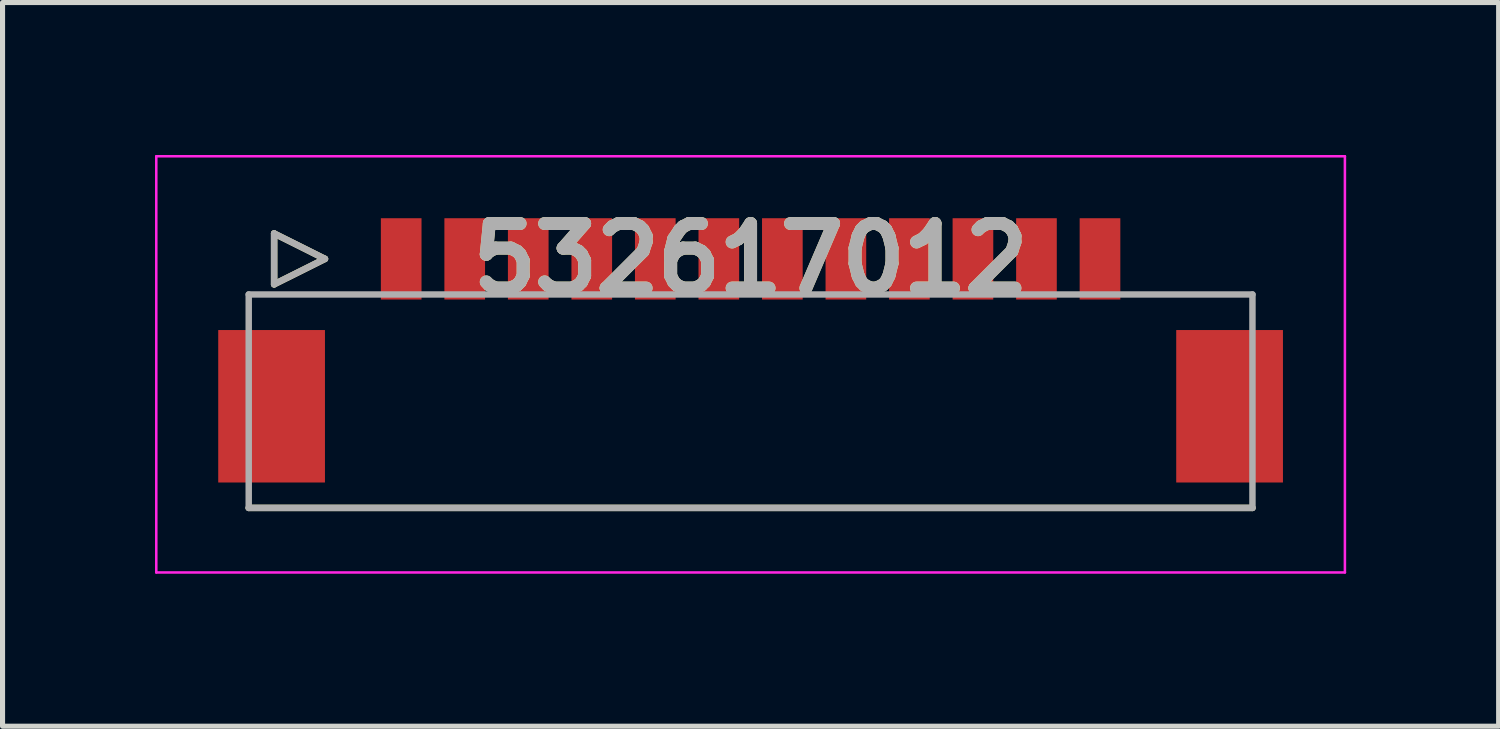
<source format=kicad_pcb>
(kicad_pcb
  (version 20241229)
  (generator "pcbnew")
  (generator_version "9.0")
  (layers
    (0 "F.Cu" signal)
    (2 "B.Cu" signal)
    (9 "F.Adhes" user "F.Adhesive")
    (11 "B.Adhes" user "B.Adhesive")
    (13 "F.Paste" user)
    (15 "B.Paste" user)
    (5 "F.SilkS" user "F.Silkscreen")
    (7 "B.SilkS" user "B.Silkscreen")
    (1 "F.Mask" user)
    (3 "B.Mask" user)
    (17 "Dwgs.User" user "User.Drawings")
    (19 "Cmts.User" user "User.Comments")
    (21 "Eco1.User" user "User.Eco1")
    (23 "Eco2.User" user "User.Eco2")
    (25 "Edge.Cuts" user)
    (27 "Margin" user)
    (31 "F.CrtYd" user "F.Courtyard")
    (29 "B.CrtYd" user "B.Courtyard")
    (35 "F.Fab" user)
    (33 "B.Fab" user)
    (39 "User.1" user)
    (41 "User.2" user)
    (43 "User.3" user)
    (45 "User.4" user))
  (footprint "532617012"
    (layer "F.Cu")
    (at 11.719 2.044)
    (property "Reference" "532617012" (at 0 0 180) (layer "F.SilkS") (effects (font (size 1.27 1.27) (thickness 0.254))))
    (attr smd)
    (fp_line (start -9.375 -0.5) (end -8.375 0) (stroke (width 0.127) (type solid)) (layer "F.SilkS"))
    (fp_line (start -9.375 0.5) (end -9.375 -0.5) (stroke (width 0.127) (type solid)) (layer "F.SilkS"))
    (fp_line (start -8.375 0) (end -9.375 0.5) (stroke (width 0.127) (type solid)) (layer "F.SilkS"))
    (fp_line (start 9.875 4.9) (end -9.875 4.9) (stroke (width 0.127) (type solid)) (layer "F.SilkS"))
    (fp_line (start -11.694 -2.019) (end 11.694 -2.019) (stroke (width 0.05) (type solid)) (layer "F.CrtYd"))
    (fp_line (start -11.694 6.17) (end -11.694 -2.019) (stroke (width 0.05) (type solid)) (layer "F.CrtYd"))
    (fp_line (start 11.694 -2.019) (end 11.694 6.17) (stroke (width 0.05) (type solid)) (layer "F.CrtYd"))
    (fp_line (start 11.694 6.17) (end -11.694 6.17) (stroke (width 0.05) (type solid)) (layer "F.CrtYd"))
    (fp_line (start -9.875 0.7) (end 9.875 0.7) (stroke (width 0.127) (type solid)) (layer "F.Fab"))
    (fp_line (start -9.875 4.9) (end -9.875 0.7) (stroke (width 0.127) (type solid)) (layer "F.Fab"))
    (fp_line (start -9.375 -0.5) (end -8.375 0) (stroke (width 0.127) (type solid)) (layer "F.Fab"))
    (fp_line (start -9.375 0.5) (end -9.375 -0.5) (stroke (width 0.127) (type solid)) (layer "F.Fab"))
    (fp_line (start -8.375 0) (end -9.375 0.5) (stroke (width 0.127) (type solid)) (layer "F.Fab"))
    (fp_line (start 9.875 0.7) (end 9.875 4.9) (stroke (width 0.127) (type solid)) (layer "F.Fab"))
    (fp_line (start 9.875 4.9) (end -9.875 4.9) (stroke (width 0.127) (type solid)) (layer "F.Fab"))
    (fp_text user "${REFERENCE}" (at 0 0 180) (layer "F.Fab") (effects (font (size 1.27 1.27) (thickness 0.254))))
    (pad "1" smd rect (at -6.875 0) (size 0.8 1.6) (layers "F.Cu" "F.Mask" "F.Paste"))
    (pad "2" smd rect (at -5.625 0) (size 0.8 1.6) (layers "F.Cu" "F.Mask" "F.Paste"))
    (pad "3" smd rect (at -4.375 0) (size 0.8 1.6) (layers "F.Cu" "F.Mask" "F.Paste"))
    (pad "4" smd rect (at -3.125 0) (size 0.8 1.6) (layers "F.Cu" "F.Mask" "F.Paste"))
    (pad "5" smd rect (at -1.875 0) (size 0.8 1.6) (layers "F.Cu" "F.Mask" "F.Paste"))
    (pad "6" smd rect (at -0.625 0) (size 0.8 1.6) (layers "F.Cu" "F.Mask" "F.Paste"))
    (pad "7" smd rect (at 0.625 0) (size 0.8 1.6) (layers "F.Cu" "F.Mask" "F.Paste"))
    (pad "8" smd rect (at 1.875 0) (size 0.8 1.6) (layers "F.Cu" "F.Mask" "F.Paste"))
    (pad "9" smd rect (at 3.125 0) (size 0.8 1.6) (layers "F.Cu" "F.Mask" "F.Paste"))
    (pad "10" smd rect (at 4.375 0) (size 0.8 1.6) (layers "F.Cu" "F.Mask" "F.Paste"))
    (pad "11" smd rect (at 5.625 0) (size 0.8 1.6) (layers "F.Cu" "F.Mask" "F.Paste"))
    (pad "12" smd rect (at 6.875 0) (size 0.8 1.6) (layers "F.Cu" "F.Mask" "F.Paste"))
    (pad "13" smd rect (at -9.425 2.9) (size 2.1 3) (layers "F.Cu" "F.Mask" "F.Paste"))
    (pad "14" smd rect (at 9.425 2.9) (size 2.1 3) (layers "F.Cu" "F.Mask" "F.Paste")))
  (gr_rect
    (start -3 -3)
    (end 26.438 11.239)
    (stroke (width 0.1) (type default))
    (fill no)
    (layer "Edge.Cuts")))
</source>
